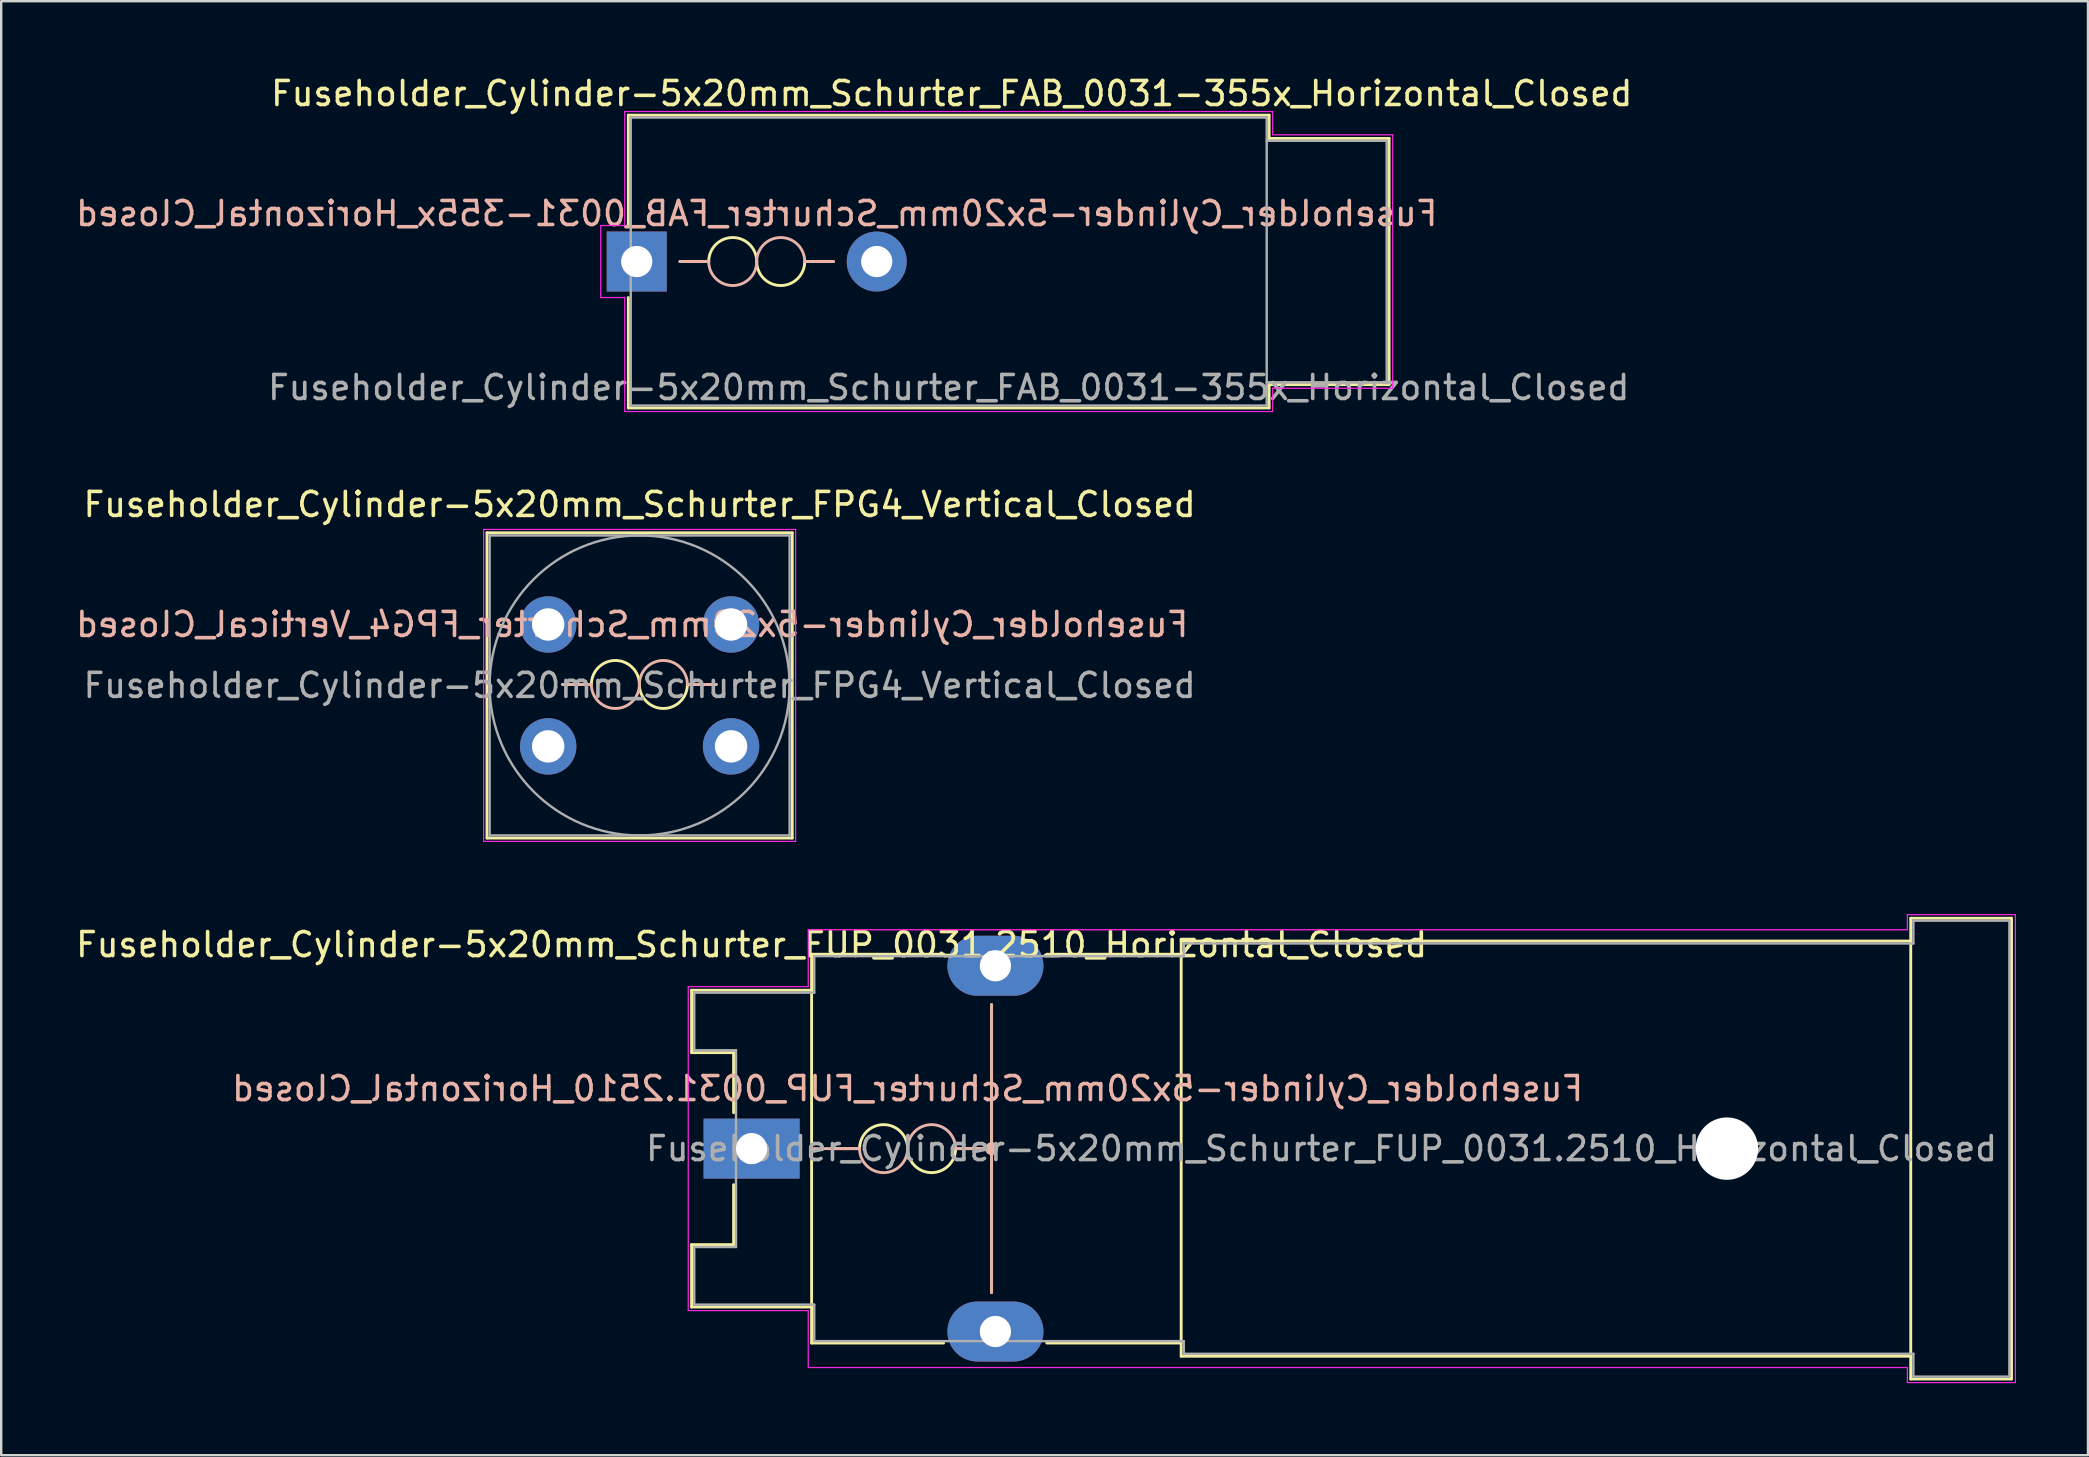
<source format=kicad_pcb>
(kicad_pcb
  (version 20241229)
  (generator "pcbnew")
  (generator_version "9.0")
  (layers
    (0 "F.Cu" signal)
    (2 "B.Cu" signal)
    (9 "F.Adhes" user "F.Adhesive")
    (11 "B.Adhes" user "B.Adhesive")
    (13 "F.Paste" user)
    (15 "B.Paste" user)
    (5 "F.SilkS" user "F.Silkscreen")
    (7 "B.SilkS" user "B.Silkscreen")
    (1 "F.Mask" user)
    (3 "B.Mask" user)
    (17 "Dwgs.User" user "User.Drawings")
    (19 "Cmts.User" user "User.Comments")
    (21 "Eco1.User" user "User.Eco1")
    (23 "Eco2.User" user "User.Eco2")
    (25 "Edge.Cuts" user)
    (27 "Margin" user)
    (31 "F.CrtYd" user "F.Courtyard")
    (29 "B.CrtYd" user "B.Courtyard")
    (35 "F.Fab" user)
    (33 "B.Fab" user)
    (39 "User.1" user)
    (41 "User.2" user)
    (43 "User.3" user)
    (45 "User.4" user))
  (footprint "Fuseholder_Cylinder-5x20mm_Schurter_FUP_0031.2510_Horizontal_Closed"
    (layer "F.Cu")
    (at 28.268 44.812)
    (property "Reference" "Fuseholder_Cylinder-5x20mm_Schurter_FUP_0031.2510_Horizontal_Closed" (at 0 -8.5 0) (layer "F.SilkS") (effects (font (size 1 1) (thickness 0.15))))
    (fp_line (start -2.5 -6.6) (end 2.5 -6.6) (stroke (width 0.12) (type solid)) (layer "F.SilkS"))
    (fp_line (start -2.5 -4) (end -2.5 -6.6) (stroke (width 0.12) (type solid)) (layer "F.SilkS"))
    (fp_line (start -2.5 4) (end -0.75 4) (stroke (width 0.12) (type solid)) (layer "F.SilkS"))
    (fp_line (start -2.5 6.6) (end -2.5 4) (stroke (width 0.12) (type solid)) (layer "F.SilkS"))
    (fp_line (start -2.5 6.6) (end 2.5 6.6) (stroke (width 0.12) (type solid)) (layer "F.SilkS"))
    (fp_line (start -0.75 -4) (end -2.5 -4) (stroke (width 0.12) (type solid)) (layer "F.SilkS"))
    (fp_line (start -0.75 -1.5) (end -0.75 -4) (stroke (width 0.12) (type solid)) (layer "F.SilkS"))
    (fp_line (start -0.75 4) (end -0.75 1.5) (stroke (width 0.12) (type solid)) (layer "F.SilkS"))
    (fp_line (start 2.5 -8.1) (end 8 -8.1) (stroke (width 0.12) (type solid)) (layer "F.SilkS"))
    (fp_line (start 2.5 8.1) (end 2.5 -8.1) (stroke (width 0.12) (type solid)) (layer "F.SilkS"))
    (fp_line (start 2.5 8.1) (end 8 8.1) (stroke (width 0.12) (type solid)) (layer "F.SilkS"))
    (fp_line (start 4.5 0) (end 3.3 0) (stroke (width 0.12) (type solid)) (layer "F.SilkS"))
    (fp_line (start 9.7 0) (end 8.5 0) (stroke (width 0.12) (type solid)) (layer "F.SilkS"))
    (fp_line (start 9.7 0) (end 10 0) (stroke (width 0.12) (type solid)) (layer "F.SilkS"))
    (fp_line (start 10 0) (end 10 -6) (stroke (width 0.12) (type solid)) (layer "F.SilkS"))
    (fp_line (start 10 0) (end 10 6) (stroke (width 0.12) (type solid)) (layer "F.SilkS"))
    (fp_line (start 12.3 -8.1) (end 17.9 -8.1) (stroke (width 0.12) (type solid)) (layer "F.SilkS"))
    (fp_line (start 12.3 8.1) (end 17.9 8.1) (stroke (width 0.12) (type solid)) (layer "F.SilkS"))
    (fp_line (start 17.9 -8.65) (end 48.3 -8.65) (stroke (width 0.12) (type solid)) (layer "F.SilkS"))
    (fp_line (start 17.9 8.65) (end 17.9 -8.65) (stroke (width 0.12) (type solid)) (layer "F.SilkS"))
    (fp_line (start 17.9 8.65) (end 48.3 8.65) (stroke (width 0.12) (type solid)) (layer "F.SilkS"))
    (fp_line (start 48.3 -9.6) (end 52.5 -9.6) (stroke (width 0.12) (type solid)) (layer "F.SilkS"))
    (fp_line (start 48.3 9.6) (end 48.3 -9.6) (stroke (width 0.12) (type solid)) (layer "F.SilkS"))
    (fp_line (start 48.3 9.6) (end 52.5 9.6) (stroke (width 0.12) (type solid)) (layer "F.SilkS"))
    (fp_line (start 52.5 -9.6) (end 52.5 9.6) (stroke (width 0.12) (type solid)) (layer "F.SilkS"))
    (fp_arc (start 4.5 0) (mid 5.5 -1) (end 6.5 0) (stroke (width 0.12) (type solid)) (layer "F.SilkS"))
    (fp_arc (start 8.5 0) (mid 7.5 1) (end 6.5 0) (stroke (width 0.12) (type solid)) (layer "F.SilkS"))
    (fp_circle (center 10 0) (end 10.1 -0.025) (stroke (width 0.12) (type solid)) (fill no) (layer "F.SilkS"))
    (fp_circle (center 10 0) (end 10.175 -0.1) (stroke (width 0.12) (type solid)) (fill no) (layer "F.SilkS"))
    (fp_line (start 4.5 0) (end 2.5 0) (stroke (width 0.12) (type solid)) (layer "B.SilkS"))
    (fp_line (start 9.7 0) (end 8.5 0) (stroke (width 0.12) (type solid)) (layer "B.SilkS"))
    (fp_line (start 9.7 0) (end 10 0) (stroke (width 0.12) (type solid)) (layer "B.SilkS"))
    (fp_line (start 10 0) (end 10 -6) (stroke (width 0.12) (type solid)) (layer "B.SilkS"))
    (fp_line (start 10 0) (end 10 6) (stroke (width 0.12) (type solid)) (layer "B.SilkS"))
    (fp_arc (start 6.5 0) (mid 5.5 1) (end 4.5 0) (stroke (width 0.12) (type solid)) (layer "B.SilkS"))
    (fp_arc (start 6.5 0) (mid 7.5 -1) (end 8.5 0) (stroke (width 0.12) (type solid)) (layer "B.SilkS"))
    (fp_circle (center 10 0) (end 10.1 0.025) (stroke (width 0.12) (type solid)) (fill no) (layer "B.SilkS"))
    (fp_circle (center 10 0) (end 10.175 0.1) (stroke (width 0.12) (type solid)) (fill no) (layer "B.SilkS"))
    (fp_line (start -2.64 -6.75) (end 2.36 -6.75) (stroke (width 0.05) (type solid)) (layer "F.CrtYd"))
    (fp_line (start -2.64 6.75) (end -2.64 -6.75) (stroke (width 0.05) (type solid)) (layer "F.CrtYd"))
    (fp_line (start -2.64 6.75) (end 2.36 6.75) (stroke (width 0.05) (type solid)) (layer "F.CrtYd"))
    (fp_line (start 2.36 -9.12) (end 2.36 -6.75) (stroke (width 0.05) (type solid)) (layer "F.CrtYd"))
    (fp_line (start 2.36 -9.12) (end 48.16 -9.12) (stroke (width 0.05) (type solid)) (layer "F.CrtYd"))
    (fp_line (start 2.36 6.75) (end 2.36 9.12) (stroke (width 0.05) (type solid)) (layer "F.CrtYd"))
    (fp_line (start 48.16 -9.75) (end 48.16 -9.12) (stroke (width 0.05) (type solid)) (layer "F.CrtYd"))
    (fp_line (start 48.16 -9.75) (end 52.66 -9.75) (stroke (width 0.05) (type solid)) (layer "F.CrtYd"))
    (fp_line (start 48.16 9.12) (end 2.36 9.12) (stroke (width 0.05) (type solid)) (layer "F.CrtYd"))
    (fp_line (start 48.16 9.12) (end 48.16 9.75) (stroke (width 0.05) (type solid)) (layer "F.CrtYd"))
    (fp_line (start 48.16 9.75) (end 52.66 9.75) (stroke (width 0.05) (type solid)) (layer "F.CrtYd"))
    (fp_line (start 52.66 -9.75) (end 52.66 9.75) (stroke (width 0.05) (type solid)) (layer "F.CrtYd"))
    (fp_line (start -2.39 -4.1) (end -2.39 -6.5) (stroke (width 0.1) (type solid)) (layer "F.Fab"))
    (fp_line (start -2.39 -4.1) (end -0.65 -4.1) (stroke (width 0.1) (type solid)) (layer "F.Fab"))
    (fp_line (start -2.39 4.1) (end -2.39 6.5) (stroke (width 0.1) (type solid)) (layer "F.Fab"))
    (fp_line (start -2.39 6.5) (end 2.61 6.5) (stroke (width 0.1) (type solid)) (layer "F.Fab"))
    (fp_line (start -0.65 -4.1) (end -0.65 4.1) (stroke (width 0.1) (type solid)) (layer "F.Fab"))
    (fp_line (start -0.65 4.1) (end -2.39 4.1) (stroke (width 0.1) (type solid)) (layer "F.Fab"))
    (fp_line (start 2.61 -8.02) (end 2.61 -6.5) (stroke (width 0.1) (type solid)) (layer "F.Fab"))
    (fp_line (start 2.61 -6.5) (end -2.39 -6.5) (stroke (width 0.1) (type solid)) (layer "F.Fab"))
    (fp_line (start 2.61 6.5) (end 2.61 8.02) (stroke (width 0.1) (type solid)) (layer "F.Fab"))
    (fp_line (start 2.61 8.02) (end 18.01 8.02) (stroke (width 0.1) (type solid)) (layer "F.Fab"))
    (fp_line (start 18.01 -8.55) (end 18.01 -8.02) (stroke (width 0.1) (type solid)) (layer "F.Fab"))
    (fp_line (start 18.01 -8.02) (end 2.61 -8.02) (stroke (width 0.1) (type solid)) (layer "F.Fab"))
    (fp_line (start 18.01 8.02) (end 18.01 8.55) (stroke (width 0.1) (type solid)) (layer "F.Fab"))
    (fp_line (start 18.01 8.55) (end 48.41 8.55) (stroke (width 0.1) (type solid)) (layer "F.Fab"))
    (fp_line (start 48.41 -9.5) (end 48.41 -8.55) (stroke (width 0.1) (type solid)) (layer "F.Fab"))
    (fp_line (start 48.41 -8.55) (end 18.01 -8.55) (stroke (width 0.1) (type solid)) (layer "F.Fab"))
    (fp_line (start 48.41 8.55) (end 48.41 9.5) (stroke (width 0.1) (type solid)) (layer "F.Fab"))
    (fp_line (start 48.41 9.5) (end 52.41 9.5) (stroke (width 0.1) (type solid)) (layer "F.Fab"))
    (fp_line (start 52.41 -9.5) (end 48.41 -9.5) (stroke (width 0.1) (type solid)) (layer "F.Fab"))
    (fp_line (start 52.41 -9.5) (end 52.41 9.5) (stroke (width 0.1) (type solid)) (layer "F.Fab"))
    (fp_text user "${REFERENCE}" (at 6.5 -2.5 0) (layer "B.SilkS") (effects (font (size 1 1) (thickness 0.15)) (justify mirror)))
    (fp_text user "${REFERENCE}" (at 23.75 0 0) (layer "F.Fab") (effects (font (size 1 1) (thickness 0.15))))
    (pad "" np_thru_hole circle (at 40.64 0) (size 2.6 2.6) (drill 2.6) (layers "*.Cu" "*.Mask"))
    (pad "1" thru_hole rect (at 0 0) (size 4 2.5) (drill 1.3) (layers "*.Cu" "*.Mask"))
    (pad "2" thru_hole oval (at 10.16 -7.62) (size 4 2.5) (drill 1.3) (layers "*.Cu" "*.Mask"))
    (pad "2" thru_hole oval (at 10.16 7.62) (size 4 2.5) (drill 1.3) (layers "*.Cu" "*.Mask")))
  (footprint "Fuseholder_Cylinder-5x20mm_Schurter_FPG4_Vertical_Closed"
    (layer "F.Cu")
    (at 19.792 22.971)
    (property "Reference" "Fuseholder_Cylinder-5x20mm_Schurter_FPG4_Vertical_Closed" (at 3.81 -5 0) (layer "F.SilkS") (effects (font (size 1 1) (thickness 0.15))))
    (fp_line (start -2.55 -3.82) (end 10.17 -3.82) (stroke (width 0.12) (type solid)) (layer "F.SilkS"))
    (fp_line (start -2.55 8.9) (end -2.55 -3.82) (stroke (width 0.12) (type solid)) (layer "F.SilkS"))
    (fp_line (start 1.8 2.5) (end 0.6 2.5) (stroke (width 0.12) (type solid)) (layer "F.SilkS"))
    (fp_line (start 7 2.5) (end 5.8 2.5) (stroke (width 0.12) (type solid)) (layer "F.SilkS"))
    (fp_line (start 10.17 -3.82) (end 10.17 8.9) (stroke (width 0.12) (type solid)) (layer "F.SilkS"))
    (fp_line (start 10.17 8.9) (end -2.55 8.9) (stroke (width 0.12) (type solid)) (layer "F.SilkS"))
    (fp_arc (start 1.8 2.5) (mid 2.8 1.5) (end 3.8 2.5) (stroke (width 0.12) (type solid)) (layer "F.SilkS"))
    (fp_arc (start 5.8 2.5) (mid 4.8 3.5) (end 3.8 2.5) (stroke (width 0.12) (type solid)) (layer "F.SilkS"))
    (fp_line (start 0.6 2.5) (end 1.8 2.5) (stroke (width 0.12) (type solid)) (layer "B.SilkS"))
    (fp_line (start 5.8 2.5) (end 7 2.5) (stroke (width 0.12) (type solid)) (layer "B.SilkS"))
    (fp_arc (start 3.8 2.5) (mid 2.8 3.5) (end 1.8 2.5) (stroke (width 0.12) (type solid)) (layer "B.SilkS"))
    (fp_arc (start 3.8 2.5) (mid 4.8 1.5) (end 5.8 2.5) (stroke (width 0.12) (type solid)) (layer "B.SilkS"))
    (fp_line (start -2.69 -3.96) (end 10.31 -3.96) (stroke (width 0.05) (type solid)) (layer "F.CrtYd"))
    (fp_line (start -2.69 9.04) (end -2.69 -3.96) (stroke (width 0.05) (type solid)) (layer "F.CrtYd"))
    (fp_line (start 10.31 -3.96) (end 10.31 9.04) (stroke (width 0.05) (type solid)) (layer "F.CrtYd"))
    (fp_line (start 10.31 9.04) (end -2.69 9.04) (stroke (width 0.05) (type solid)) (layer "F.CrtYd"))
    (fp_line (start -2.44 -3.71) (end 10.06 -3.71) (stroke (width 0.1) (type solid)) (layer "F.Fab"))
    (fp_line (start -2.44 8.79) (end -2.44 -3.71) (stroke (width 0.1) (type solid)) (layer "F.Fab"))
    (fp_line (start 10.06 -3.71) (end 10.06 8.79) (stroke (width 0.1) (type solid)) (layer "F.Fab"))
    (fp_line (start 10.06 8.79) (end -2.44 8.79) (stroke (width 0.1) (type solid)) (layer "F.Fab"))
    (fp_circle (center 3.81 2.54) (end 10.06 2.54) (stroke (width 0.1) (type solid)) (fill no) (layer "F.Fab"))
    (fp_text user "${REFERENCE}" (at 3.5 0 0) (layer "B.SilkS") (effects (font (size 1 1) (thickness 0.15)) (justify mirror)))
    (fp_text user "${REFERENCE}" (at 3.81 2.54 0) (layer "F.Fab") (effects (font (size 1 1) (thickness 0.15))))
    (pad "1" thru_hole circle (at 0 0) (size 2.35 2.35) (drill 1.35) (layers "*.Cu" "*.Mask"))
    (pad "1" thru_hole circle (at 0 5.08) (size 2.35 2.35) (drill 1.35) (layers "*.Cu" "*.Mask"))
    (pad "2" thru_hole circle (at 7.62 0) (size 2.35 2.35) (drill 1.35) (layers "*.Cu" "*.Mask"))
    (pad "2" thru_hole circle (at 7.62 5.08) (size 2.35 2.35) (drill 1.35) (layers "*.Cu" "*.Mask")))
  (footprint "Fuseholder_Cylinder-5x20mm_Schurter_FAB_0031-355x_Horizontal_Closed"
    (layer "F.Cu")
    (at 23.482 7.848)
    (property "Reference" "Fuseholder_Cylinder-5x20mm_Schurter_FAB_0031-355x_Horizontal_Closed" (at 13.125 -7 0) (layer "F.SilkS") (effects (font (size 1 1) (thickness 0.15))))
    (fp_line (start -0.35 -6.1) (end -0.35 -1.5) (stroke (width 0.12) (type solid)) (layer "F.SilkS"))
    (fp_line (start -0.35 1.5) (end -0.35 6.1) (stroke (width 0.12) (type solid)) (layer "F.SilkS"))
    (fp_line (start -0.35 6.1) (end 26.35 6.1) (stroke (width 0.12) (type solid)) (layer "F.SilkS"))
    (fp_line (start 3 0) (end 1.8 0) (stroke (width 0.12) (type solid)) (layer "F.SilkS"))
    (fp_line (start 8.2 0) (end 7 0) (stroke (width 0.12) (type solid)) (layer "F.SilkS"))
    (fp_line (start 26.35 -6.1) (end -0.35 -6.1) (stroke (width 0.12) (type solid)) (layer "F.SilkS"))
    (fp_line (start 26.35 -5.13) (end 26.35 -6.1) (stroke (width 0.12) (type solid)) (layer "F.SilkS"))
    (fp_line (start 26.35 -5.13) (end 31.35 -5.13) (stroke (width 0.12) (type solid)) (layer "F.SilkS"))
    (fp_line (start 26.35 5.13) (end 26.35 6.1) (stroke (width 0.12) (type solid)) (layer "F.SilkS"))
    (fp_line (start 31.35 -5.13) (end 31.35 5.13) (stroke (width 0.12) (type solid)) (layer "F.SilkS"))
    (fp_line (start 31.35 5.13) (end 26.35 5.13) (stroke (width 0.12) (type solid)) (layer "F.SilkS"))
    (fp_arc (start 3 0) (mid 4 -1) (end 5 0) (stroke (width 0.12) (type solid)) (layer "F.SilkS"))
    (fp_arc (start 7 0) (mid 6 1) (end 5 0) (stroke (width 0.12) (type solid)) (layer "F.SilkS"))
    (fp_line (start 1.8 0) (end 3 0) (stroke (width 0.12) (type solid)) (layer "B.SilkS"))
    (fp_line (start 7 0) (end 8.2 0) (stroke (width 0.12) (type solid)) (layer "B.SilkS"))
    (fp_arc (start 5 0) (mid 4 1) (end 3 0) (stroke (width 0.12) (type solid)) (layer "B.SilkS"))
    (fp_arc (start 5 0) (mid 6 -1) (end 7 0) (stroke (width 0.12) (type solid)) (layer "B.SilkS"))
    (fp_line (start -1.5 -1.5) (end -1.5 1.5) (stroke (width 0.05) (type solid)) (layer "F.CrtYd"))
    (fp_line (start -1.5 1.5) (end -0.5 1.5) (stroke (width 0.05) (type solid)) (layer "F.CrtYd"))
    (fp_line (start -0.5 -6.25) (end -0.5 -1.5) (stroke (width 0.05) (type solid)) (layer "F.CrtYd"))
    (fp_line (start -0.5 -6.25) (end 26.5 -6.25) (stroke (width 0.05) (type solid)) (layer "F.CrtYd"))
    (fp_line (start -0.5 -1.5) (end -1.5 -1.5) (stroke (width 0.05) (type solid)) (layer "F.CrtYd"))
    (fp_line (start -0.5 1.5) (end -0.5 6.25) (stroke (width 0.05) (type solid)) (layer "F.CrtYd"))
    (fp_line (start 26.5 -6.25) (end 26.5 -5.28) (stroke (width 0.05) (type solid)) (layer "F.CrtYd"))
    (fp_line (start 26.5 5.28) (end 26.5 6.25) (stroke (width 0.05) (type solid)) (layer "F.CrtYd"))
    (fp_line (start 26.5 5.28) (end 31.5 5.28) (stroke (width 0.05) (type solid)) (layer "F.CrtYd"))
    (fp_line (start 26.5 6.25) (end -0.5 6.25) (stroke (width 0.05) (type solid)) (layer "F.CrtYd"))
    (fp_line (start 31.5 -5.28) (end 26.5 -5.28) (stroke (width 0.05) (type solid)) (layer "F.CrtYd"))
    (fp_line (start 31.5 5.28) (end 31.5 -5.28) (stroke (width 0.05) (type solid)) (layer "F.CrtYd"))
    (fp_line (start -0.25 -6) (end 26.25 -6) (stroke (width 0.1) (type solid)) (layer "F.Fab"))
    (fp_line (start -0.25 6) (end -0.25 -6) (stroke (width 0.1) (type solid)) (layer "F.Fab"))
    (fp_line (start 26.25 -6) (end 26.25 6) (stroke (width 0.1) (type solid)) (layer "F.Fab"))
    (fp_line (start 26.25 -5.03) (end 31.25 -5.03) (stroke (width 0.1) (type solid)) (layer "F.Fab"))
    (fp_line (start 26.25 6) (end -0.25 6) (stroke (width 0.1) (type solid)) (layer "F.Fab"))
    (fp_line (start 31.25 -5.03) (end 31.25 5.03) (stroke (width 0.1) (type solid)) (layer "F.Fab"))
    (fp_line (start 31.25 5.03) (end 26.25 5.03) (stroke (width 0.1) (type solid)) (layer "F.Fab"))
    (fp_text user "${REFERENCE}" (at 5 -2 0) (layer "B.SilkS") (effects (font (size 1 1) (thickness 0.15)) (justify mirror)))
    (fp_text user "${REFERENCE}" (at 13 5.25 0) (layer "F.Fab") (effects (font (size 1 1) (thickness 0.15))))
    (pad "1" thru_hole rect (at 0 0) (size 2.5 2.5) (drill 1.3) (layers "*.Cu" "*.Mask"))
    (pad "2" thru_hole circle (at 10 0) (size 2.5 2.5) (drill 1.3) (layers "*.Cu" "*.Mask")))
  (gr_rect
    (start -3 -3)
    (end 83.953 57.587)
    (stroke (width 0.1) (type default))
    (fill no)
    (layer "Edge.Cuts")))
</source>
